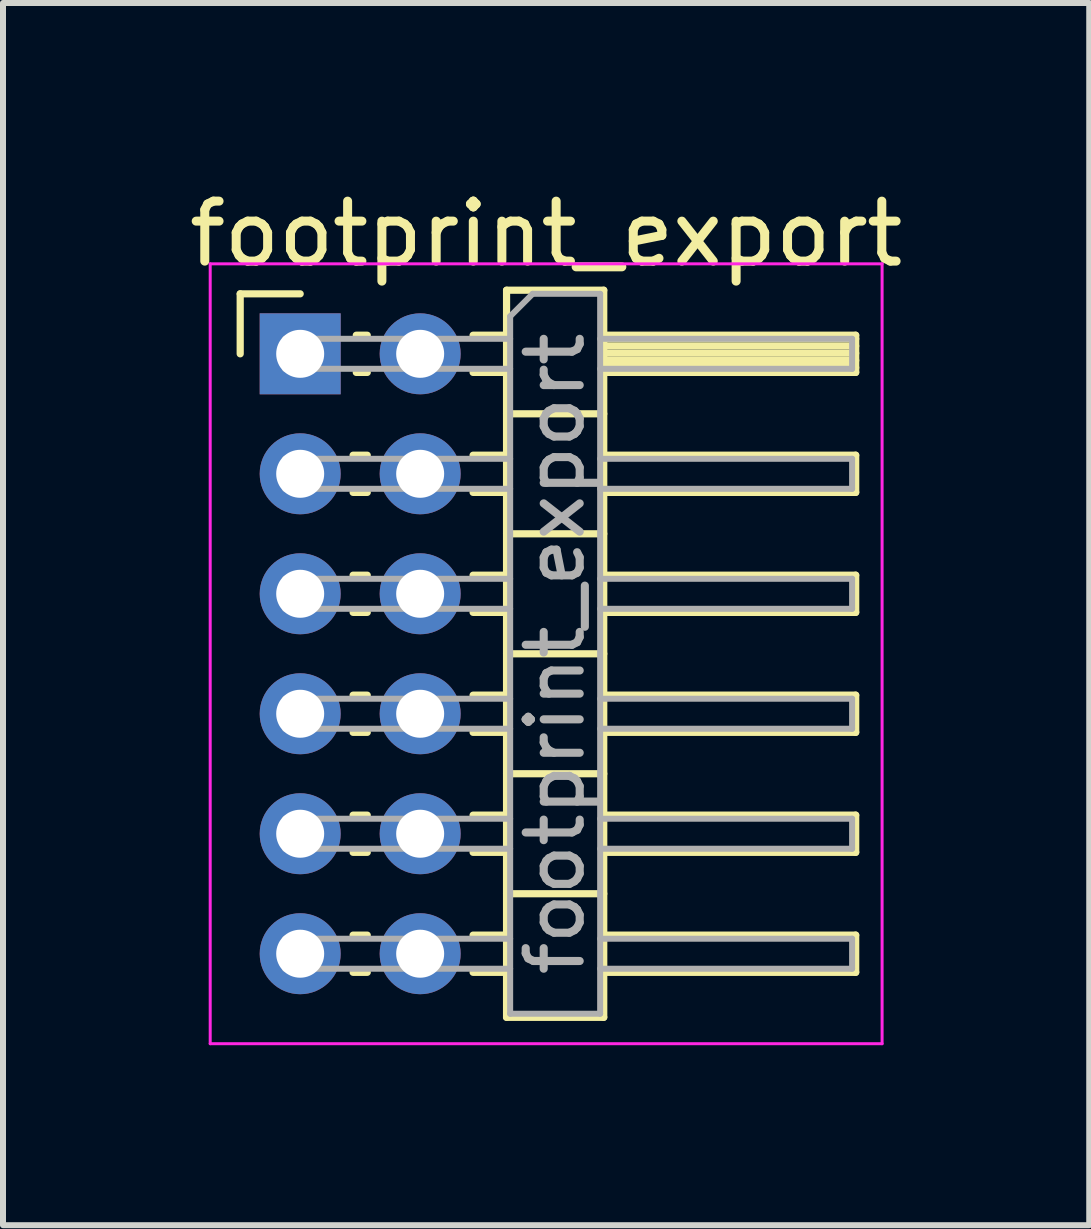
<source format=kicad_pcb>
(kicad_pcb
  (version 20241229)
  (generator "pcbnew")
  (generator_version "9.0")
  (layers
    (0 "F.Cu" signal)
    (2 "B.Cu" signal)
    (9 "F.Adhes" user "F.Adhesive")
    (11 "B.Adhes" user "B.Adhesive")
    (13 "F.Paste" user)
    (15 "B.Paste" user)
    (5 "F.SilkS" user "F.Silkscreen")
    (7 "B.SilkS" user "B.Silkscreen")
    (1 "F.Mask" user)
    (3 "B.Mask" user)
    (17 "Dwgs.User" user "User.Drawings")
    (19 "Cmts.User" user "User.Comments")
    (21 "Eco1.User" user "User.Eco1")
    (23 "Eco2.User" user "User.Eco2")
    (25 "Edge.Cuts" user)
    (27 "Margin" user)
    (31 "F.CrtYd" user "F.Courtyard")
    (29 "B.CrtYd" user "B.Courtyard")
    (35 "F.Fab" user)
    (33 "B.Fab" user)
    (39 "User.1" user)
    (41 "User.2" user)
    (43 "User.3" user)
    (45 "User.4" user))
  (footprint "footprint_export"
    (layer "F.Cu")
    (at 1.954 2.848)
    (property "Reference" "footprint_export" (at 4.1 -2 0) (layer "F.SilkS") (effects (font (size 1 1) (thickness 0.15))))
    (attr through_hole)
    (fp_line (start -1 -1) (end 0 -1) (stroke (width 0.12) (type solid)) (layer "F.SilkS"))
    (fp_line (start -1 0) (end -1 -1) (stroke (width 0.12) (type solid)) (layer "F.SilkS"))
    (fp_line (start 0.882 1.69) (end 1.118 1.69) (stroke (width 0.12) (type solid)) (layer "F.SilkS"))
    (fp_line (start 0.882 2.31) (end 1.118 2.31) (stroke (width 0.12) (type solid)) (layer "F.SilkS"))
    (fp_line (start 0.882 3.69) (end 1.118 3.69) (stroke (width 0.12) (type solid)) (layer "F.SilkS"))
    (fp_line (start 0.882 4.31) (end 1.118 4.31) (stroke (width 0.12) (type solid)) (layer "F.SilkS"))
    (fp_line (start 0.882 5.69) (end 1.118 5.69) (stroke (width 0.12) (type solid)) (layer "F.SilkS"))
    (fp_line (start 0.882 6.31) (end 1.118 6.31) (stroke (width 0.12) (type solid)) (layer "F.SilkS"))
    (fp_line (start 0.882 7.69) (end 1.118 7.69) (stroke (width 0.12) (type solid)) (layer "F.SilkS"))
    (fp_line (start 0.882 8.31) (end 1.118 8.31) (stroke (width 0.12) (type solid)) (layer "F.SilkS"))
    (fp_line (start 0.882 9.69) (end 1.118 9.69) (stroke (width 0.12) (type solid)) (layer "F.SilkS"))
    (fp_line (start 0.882 10.31) (end 1.118 10.31) (stroke (width 0.12) (type solid)) (layer "F.SilkS"))
    (fp_line (start 0.935 -0.31) (end 1.118 -0.31) (stroke (width 0.12) (type solid)) (layer "F.SilkS"))
    (fp_line (start 0.935 0.31) (end 1.118 0.31) (stroke (width 0.12) (type solid)) (layer "F.SilkS"))
    (fp_line (start 2.882 -0.31) (end 3.44 -0.31) (stroke (width 0.12) (type solid)) (layer "F.SilkS"))
    (fp_line (start 2.882 0.31) (end 3.44 0.31) (stroke (width 0.12) (type solid)) (layer "F.SilkS"))
    (fp_line (start 2.882 1.69) (end 3.44 1.69) (stroke (width 0.12) (type solid)) (layer "F.SilkS"))
    (fp_line (start 2.882 2.31) (end 3.44 2.31) (stroke (width 0.12) (type solid)) (layer "F.SilkS"))
    (fp_line (start 2.882 3.69) (end 3.44 3.69) (stroke (width 0.12) (type solid)) (layer "F.SilkS"))
    (fp_line (start 2.882 4.31) (end 3.44 4.31) (stroke (width 0.12) (type solid)) (layer "F.SilkS"))
    (fp_line (start 2.882 5.69) (end 3.44 5.69) (stroke (width 0.12) (type solid)) (layer "F.SilkS"))
    (fp_line (start 2.882 6.31) (end 3.44 6.31) (stroke (width 0.12) (type solid)) (layer "F.SilkS"))
    (fp_line (start 2.882 7.69) (end 3.44 7.69) (stroke (width 0.12) (type solid)) (layer "F.SilkS"))
    (fp_line (start 2.882 8.31) (end 3.44 8.31) (stroke (width 0.12) (type solid)) (layer "F.SilkS"))
    (fp_line (start 2.882 9.69) (end 3.44 9.69) (stroke (width 0.12) (type solid)) (layer "F.SilkS"))
    (fp_line (start 2.882 10.31) (end 3.44 10.31) (stroke (width 0.12) (type solid)) (layer "F.SilkS"))
    (fp_line (start 3.44 -1.06) (end 3.44 11.06) (stroke (width 0.12) (type solid)) (layer "F.SilkS"))
    (fp_line (start 3.44 1) (end 5.06 1) (stroke (width 0.12) (type solid)) (layer "F.SilkS"))
    (fp_line (start 3.44 3) (end 5.06 3) (stroke (width 0.12) (type solid)) (layer "F.SilkS"))
    (fp_line (start 3.44 5) (end 5.06 5) (stroke (width 0.12) (type solid)) (layer "F.SilkS"))
    (fp_line (start 3.44 7) (end 5.06 7) (stroke (width 0.12) (type solid)) (layer "F.SilkS"))
    (fp_line (start 3.44 9) (end 5.06 9) (stroke (width 0.12) (type solid)) (layer "F.SilkS"))
    (fp_line (start 3.44 11.06) (end 5.06 11.06) (stroke (width 0.12) (type solid)) (layer "F.SilkS"))
    (fp_line (start 5.06 -1.06) (end 3.44 -1.06) (stroke (width 0.12) (type solid)) (layer "F.SilkS"))
    (fp_line (start 5.06 -0.31) (end 9.26 -0.31) (stroke (width 0.12) (type solid)) (layer "F.SilkS"))
    (fp_line (start 5.06 -0.25) (end 9.26 -0.25) (stroke (width 0.12) (type solid)) (layer "F.SilkS"))
    (fp_line (start 5.06 -0.13) (end 9.26 -0.13) (stroke (width 0.12) (type solid)) (layer "F.SilkS"))
    (fp_line (start 5.06 -0.01) (end 9.26 -0.01) (stroke (width 0.12) (type solid)) (layer "F.SilkS"))
    (fp_line (start 5.06 0.11) (end 9.26 0.11) (stroke (width 0.12) (type solid)) (layer "F.SilkS"))
    (fp_line (start 5.06 0.23) (end 9.26 0.23) (stroke (width 0.12) (type solid)) (layer "F.SilkS"))
    (fp_line (start 5.06 1.69) (end 9.26 1.69) (stroke (width 0.12) (type solid)) (layer "F.SilkS"))
    (fp_line (start 5.06 3.69) (end 9.26 3.69) (stroke (width 0.12) (type solid)) (layer "F.SilkS"))
    (fp_line (start 5.06 5.69) (end 9.26 5.69) (stroke (width 0.12) (type solid)) (layer "F.SilkS"))
    (fp_line (start 5.06 7.69) (end 9.26 7.69) (stroke (width 0.12) (type solid)) (layer "F.SilkS"))
    (fp_line (start 5.06 9.69) (end 9.26 9.69) (stroke (width 0.12) (type solid)) (layer "F.SilkS"))
    (fp_line (start 5.06 11.06) (end 5.06 -1.06) (stroke (width 0.12) (type solid)) (layer "F.SilkS"))
    (fp_line (start 9.26 -0.31) (end 9.26 0.31) (stroke (width 0.12) (type solid)) (layer "F.SilkS"))
    (fp_line (start 9.26 0.31) (end 5.06 0.31) (stroke (width 0.12) (type solid)) (layer "F.SilkS"))
    (fp_line (start 9.26 1.69) (end 9.26 2.31) (stroke (width 0.12) (type solid)) (layer "F.SilkS"))
    (fp_line (start 9.26 2.31) (end 5.06 2.31) (stroke (width 0.12) (type solid)) (layer "F.SilkS"))
    (fp_line (start 9.26 3.69) (end 9.26 4.31) (stroke (width 0.12) (type solid)) (layer "F.SilkS"))
    (fp_line (start 9.26 4.31) (end 5.06 4.31) (stroke (width 0.12) (type solid)) (layer "F.SilkS"))
    (fp_line (start 9.26 5.69) (end 9.26 6.31) (stroke (width 0.12) (type solid)) (layer "F.SilkS"))
    (fp_line (start 9.26 6.31) (end 5.06 6.31) (stroke (width 0.12) (type solid)) (layer "F.SilkS"))
    (fp_line (start 9.26 7.69) (end 9.26 8.31) (stroke (width 0.12) (type solid)) (layer "F.SilkS"))
    (fp_line (start 9.26 8.31) (end 5.06 8.31) (stroke (width 0.12) (type solid)) (layer "F.SilkS"))
    (fp_line (start 9.26 9.69) (end 9.26 10.31) (stroke (width 0.12) (type solid)) (layer "F.SilkS"))
    (fp_line (start 9.26 10.31) (end 5.06 10.31) (stroke (width 0.12) (type solid)) (layer "F.SilkS"))
    (fp_line (start -1.5 -1.5) (end -1.5 11.5) (stroke (width 0.05) (type solid)) (layer "F.CrtYd"))
    (fp_line (start -1.5 11.5) (end 9.7 11.5) (stroke (width 0.05) (type solid)) (layer "F.CrtYd"))
    (fp_line (start 9.7 -1.5) (end -1.5 -1.5) (stroke (width 0.05) (type solid)) (layer "F.CrtYd"))
    (fp_line (start 9.7 11.5) (end 9.7 -1.5) (stroke (width 0.05) (type solid)) (layer "F.CrtYd"))
    (fp_line (start -0.25 -0.25) (end -0.25 0.25) (stroke (width 0.1) (type solid)) (layer "F.Fab"))
    (fp_line (start -0.25 -0.25) (end 3.5 -0.25) (stroke (width 0.1) (type solid)) (layer "F.Fab"))
    (fp_line (start -0.25 0.25) (end 3.5 0.25) (stroke (width 0.1) (type solid)) (layer "F.Fab"))
    (fp_line (start -0.25 1.75) (end -0.25 2.25) (stroke (width 0.1) (type solid)) (layer "F.Fab"))
    (fp_line (start -0.25 1.75) (end 3.5 1.75) (stroke (width 0.1) (type solid)) (layer "F.Fab"))
    (fp_line (start -0.25 2.25) (end 3.5 2.25) (stroke (width 0.1) (type solid)) (layer "F.Fab"))
    (fp_line (start -0.25 3.75) (end -0.25 4.25) (stroke (width 0.1) (type solid)) (layer "F.Fab"))
    (fp_line (start -0.25 3.75) (end 3.5 3.75) (stroke (width 0.1) (type solid)) (layer "F.Fab"))
    (fp_line (start -0.25 4.25) (end 3.5 4.25) (stroke (width 0.1) (type solid)) (layer "F.Fab"))
    (fp_line (start -0.25 5.75) (end -0.25 6.25) (stroke (width 0.1) (type solid)) (layer "F.Fab"))
    (fp_line (start -0.25 5.75) (end 3.5 5.75) (stroke (width 0.1) (type solid)) (layer "F.Fab"))
    (fp_line (start -0.25 6.25) (end 3.5 6.25) (stroke (width 0.1) (type solid)) (layer "F.Fab"))
    (fp_line (start -0.25 7.75) (end -0.25 8.25) (stroke (width 0.1) (type solid)) (layer "F.Fab"))
    (fp_line (start -0.25 7.75) (end 3.5 7.75) (stroke (width 0.1) (type solid)) (layer "F.Fab"))
    (fp_line (start -0.25 8.25) (end 3.5 8.25) (stroke (width 0.1) (type solid)) (layer "F.Fab"))
    (fp_line (start -0.25 9.75) (end -0.25 10.25) (stroke (width 0.1) (type solid)) (layer "F.Fab"))
    (fp_line (start -0.25 9.75) (end 3.5 9.75) (stroke (width 0.1) (type solid)) (layer "F.Fab"))
    (fp_line (start -0.25 10.25) (end 3.5 10.25) (stroke (width 0.1) (type solid)) (layer "F.Fab"))
    (fp_line (start 3.5 -0.625) (end 3.875 -1) (stroke (width 0.1) (type solid)) (layer "F.Fab"))
    (fp_line (start 3.5 11) (end 3.5 -0.625) (stroke (width 0.1) (type solid)) (layer "F.Fab"))
    (fp_line (start 3.875 -1) (end 5 -1) (stroke (width 0.1) (type solid)) (layer "F.Fab"))
    (fp_line (start 5 -1) (end 5 11) (stroke (width 0.1) (type solid)) (layer "F.Fab"))
    (fp_line (start 5 -0.25) (end 9.2 -0.25) (stroke (width 0.1) (type solid)) (layer "F.Fab"))
    (fp_line (start 5 0.25) (end 9.2 0.25) (stroke (width 0.1) (type solid)) (layer "F.Fab"))
    (fp_line (start 5 1.75) (end 9.2 1.75) (stroke (width 0.1) (type solid)) (layer "F.Fab"))
    (fp_line (start 5 2.25) (end 9.2 2.25) (stroke (width 0.1) (type solid)) (layer "F.Fab"))
    (fp_line (start 5 3.75) (end 9.2 3.75) (stroke (width 0.1) (type solid)) (layer "F.Fab"))
    (fp_line (start 5 4.25) (end 9.2 4.25) (stroke (width 0.1) (type solid)) (layer "F.Fab"))
    (fp_line (start 5 5.75) (end 9.2 5.75) (stroke (width 0.1) (type solid)) (layer "F.Fab"))
    (fp_line (start 5 6.25) (end 9.2 6.25) (stroke (width 0.1) (type solid)) (layer "F.Fab"))
    (fp_line (start 5 7.75) (end 9.2 7.75) (stroke (width 0.1) (type solid)) (layer "F.Fab"))
    (fp_line (start 5 8.25) (end 9.2 8.25) (stroke (width 0.1) (type solid)) (layer "F.Fab"))
    (fp_line (start 5 9.75) (end 9.2 9.75) (stroke (width 0.1) (type solid)) (layer "F.Fab"))
    (fp_line (start 5 10.25) (end 9.2 10.25) (stroke (width 0.1) (type solid)) (layer "F.Fab"))
    (fp_line (start 5 11) (end 3.5 11) (stroke (width 0.1) (type solid)) (layer "F.Fab"))
    (fp_line (start 9.2 -0.25) (end 9.2 0.25) (stroke (width 0.1) (type solid)) (layer "F.Fab"))
    (fp_line (start 9.2 1.75) (end 9.2 2.25) (stroke (width 0.1) (type solid)) (layer "F.Fab"))
    (fp_line (start 9.2 3.75) (end 9.2 4.25) (stroke (width 0.1) (type solid)) (layer "F.Fab"))
    (fp_line (start 9.2 5.75) (end 9.2 6.25) (stroke (width 0.1) (type solid)) (layer "F.Fab"))
    (fp_line (start 9.2 7.75) (end 9.2 8.25) (stroke (width 0.1) (type solid)) (layer "F.Fab"))
    (fp_line (start 9.2 9.75) (end 9.2 10.25) (stroke (width 0.1) (type solid)) (layer "F.Fab"))
    (fp_text user "${REFERENCE}" (at 4.25 5 90) (layer "F.Fab") (effects (font (size 0.9 0.9) (thickness 0.135))))
    (pad "1" thru_hole rect (at 0 0) (size 1.35 1.35) (drill 0.8) (layers "*.Cu" "*.Mask"))
    (pad "2" thru_hole oval (at 2 0) (size 1.35 1.35) (drill 0.8) (layers "*.Cu" "*.Mask"))
    (pad "3" thru_hole oval (at 0 2) (size 1.35 1.35) (drill 0.8) (layers "*.Cu" "*.Mask"))
    (pad "4" thru_hole oval (at 2 2) (size 1.35 1.35) (drill 0.8) (layers "*.Cu" "*.Mask"))
    (pad "5" thru_hole oval (at 0 4) (size 1.35 1.35) (drill 0.8) (layers "*.Cu" "*.Mask"))
    (pad "6" thru_hole oval (at 2 4) (size 1.35 1.35) (drill 0.8) (layers "*.Cu" "*.Mask"))
    (pad "7" thru_hole oval (at 0 6) (size 1.35 1.35) (drill 0.8) (layers "*.Cu" "*.Mask"))
    (pad "8" thru_hole oval (at 2 6) (size 1.35 1.35) (drill 0.8) (layers "*.Cu" "*.Mask"))
    (pad "9" thru_hole oval (at 0 8) (size 1.35 1.35) (drill 0.8) (layers "*.Cu" "*.Mask"))
    (pad "10" thru_hole oval (at 2 8) (size 1.35 1.35) (drill 0.8) (layers "*.Cu" "*.Mask"))
    (pad "11" thru_hole oval (at 0 10) (size 1.35 1.35) (drill 0.8) (layers "*.Cu" "*.Mask"))
    (pad "12" thru_hole oval (at 2 10) (size 1.35 1.35) (drill 0.8) (layers "*.Cu" "*.Mask")))
  (gr_rect
    (start -3 -3)
    (end 15.107 17.373)
    (stroke (width 0.1) (type default))
    (fill no)
    (layer "Edge.Cuts")))
</source>
